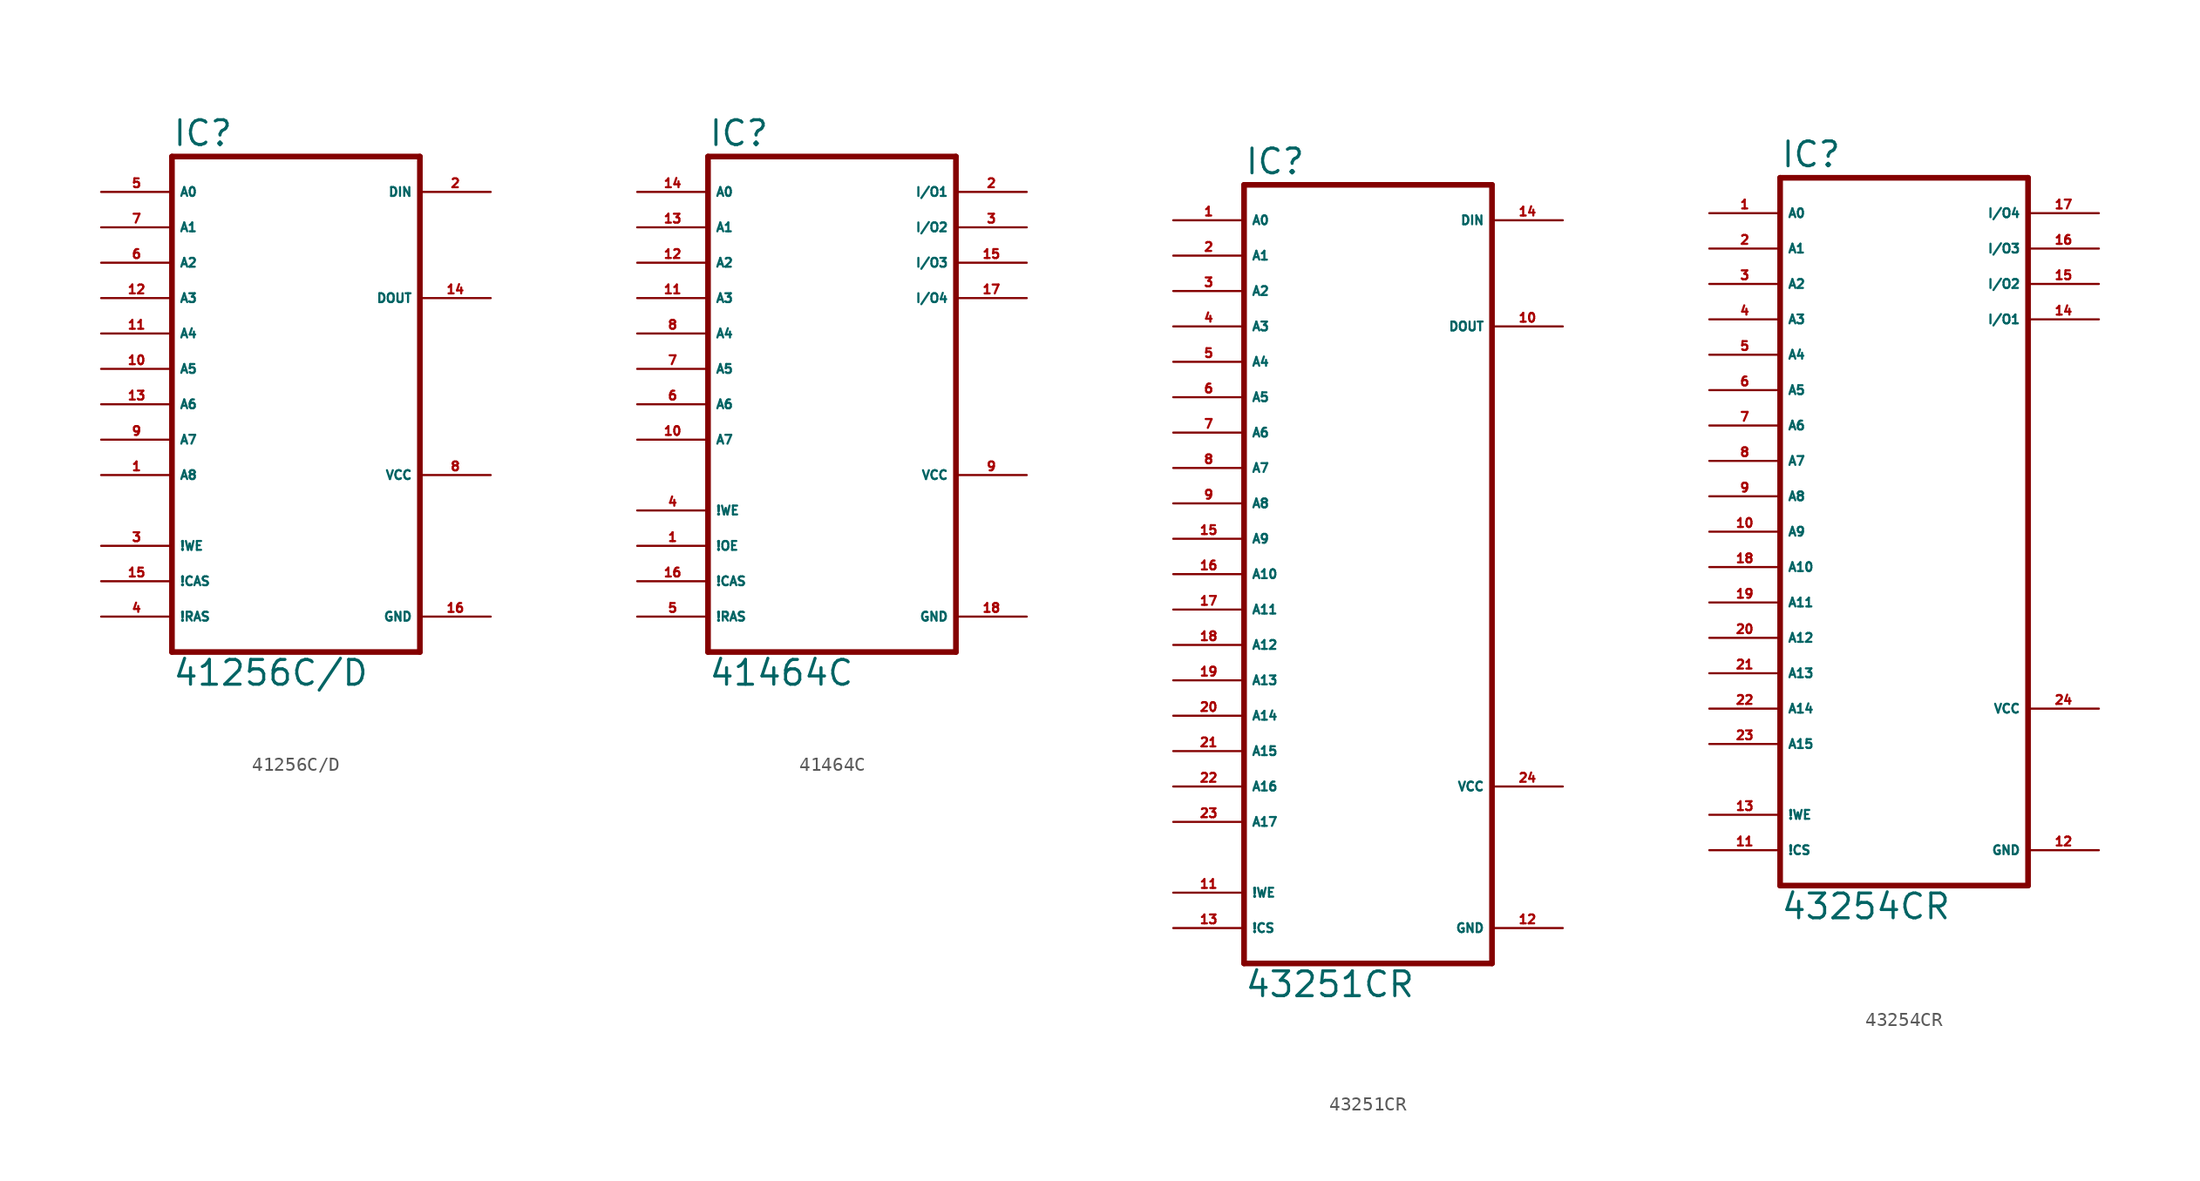
<source format=kicad_sym>
(kicad_symbol_lib
  (version 20220914)
  (generator Eagle2Kicad)
  (symbol "41256C/D"
    (property "Reference" "IC"
      (at -7.62 15.875 0)
      (effects (font (size 1.778 1.778) (thickness 0.22)) (justify left bottom)))
    (property "Value" "41256C/D"
      (at -7.62 -22.86 0)
      (effects (font (size 1.778 1.778) (thickness 0.22)) (justify left bottom)))
    (polyline
      (pts (xy -7.62 15.24) (xy 10.16 15.24))
      (stroke (width 0.406) (type default))
      (fill (type none)))
    (polyline
      (pts (xy 10.16 -20.32) (xy 10.16 15.24))
      (stroke (width 0.406) (type default))
      (fill (type none)))
    (polyline
      (pts (xy 10.16 -20.32) (xy -7.62 -20.32))
      (stroke (width 0.406) (type default))
      (fill (type none)))
    (polyline
      (pts (xy -7.62 15.24) (xy -7.62 -20.32))
      (stroke (width 0.406) (type default))
      (fill (type none)))
    (pin input line
      (at -12.7 12.7 0)
      (length 5.08)
      (name "A0" (effects (font (size 0.635 0.635) (thickness 0.08)) (justify left bottom)))
      (number "5" (effects (font (size 0.635 0.635) (thickness 0.08)) (justify left bottom))))
    (pin input line
      (at -12.7 10.16 0)
      (length 5.08)
      (name "A1" (effects (font (size 0.635 0.635) (thickness 0.08)) (justify left bottom)))
      (number "7" (effects (font (size 0.635 0.635) (thickness 0.08)) (justify left bottom))))
    (pin input line
      (at -12.7 7.62 0)
      (length 5.08)
      (name "A2" (effects (font (size 0.635 0.635) (thickness 0.08)) (justify left bottom)))
      (number "6" (effects (font (size 0.635 0.635) (thickness 0.08)) (justify left bottom))))
    (pin input line
      (at -12.7 5.08 0)
      (length 5.08)
      (name "A3" (effects (font (size 0.635 0.635) (thickness 0.08)) (justify left bottom)))
      (number "12" (effects (font (size 0.635 0.635) (thickness 0.08)) (justify left bottom))))
    (pin input line
      (at -12.7 2.54 0)
      (length 5.08)
      (name "A4" (effects (font (size 0.635 0.635) (thickness 0.08)) (justify left bottom)))
      (number "11" (effects (font (size 0.635 0.635) (thickness 0.08)) (justify left bottom))))
    (pin input line
      (at -12.7 0 0)
      (length 5.08)
      (name "A5" (effects (font (size 0.635 0.635) (thickness 0.08)) (justify left bottom)))
      (number "10" (effects (font (size 0.635 0.635) (thickness 0.08)) (justify left bottom))))
    (pin input line
      (at -12.7 -2.54 0)
      (length 5.08)
      (name "A6" (effects (font (size 0.635 0.635) (thickness 0.08)) (justify left bottom)))
      (number "13" (effects (font (size 0.635 0.635) (thickness 0.08)) (justify left bottom))))
    (pin input line
      (at -12.7 -5.08 0)
      (length 5.08)
      (name "A7" (effects (font (size 0.635 0.635) (thickness 0.08)) (justify left bottom)))
      (number "9" (effects (font (size 0.635 0.635) (thickness 0.08)) (justify left bottom))))
    (pin input line
      (at -12.7 -7.62 0)
      (length 5.08)
      (name "A8" (effects (font (size 0.635 0.635) (thickness 0.08)) (justify left bottom)))
      (number "1" (effects (font (size 0.635 0.635) (thickness 0.08)) (justify left bottom))))
    (pin input line
      (at -12.7 -15.24 0)
      (length 5.08)
      (name "!CAS" (effects (font (size 0.635 0.635) (thickness 0.08)) (justify left bottom)))
      (number "15" (effects (font (size 0.635 0.635) (thickness 0.08)) (justify left bottom))))
    (pin input line
      (at -12.7 -17.78 0)
      (length 5.08)
      (name "!RAS" (effects (font (size 0.635 0.635) (thickness 0.08)) (justify left bottom)))
      (number "4" (effects (font (size 0.635 0.635) (thickness 0.08)) (justify left bottom))))
    (pin input line
      (at -12.7 -12.7 0)
      (length 5.08)
      (name "!WE" (effects (font (size 0.635 0.635) (thickness 0.08)) (justify left bottom)))
      (number "3" (effects (font (size 0.635 0.635) (thickness 0.08)) (justify left bottom))))
    (pin input line
      (at 15.24 12.7 180)
      (length 5.08)
      (name "DIN" (effects (font (size 0.635 0.635) (thickness 0.08)) (justify left bottom)))
      (number "2" (effects (font (size 0.635 0.635) (thickness 0.08)) (justify left bottom))))
    (pin tri_state line
      (at 15.24 5.08 180)
      (length 5.08)
      (name "DOUT" (effects (font (size 0.635 0.635) (thickness 0.08)) (justify left bottom)))
      (number "14" (effects (font (size 0.635 0.635) (thickness 0.08)) (justify left bottom))))
    (pin unspecified line
      (at 15.24 -17.78 180)
      (length 5.08)
      (name "GND" (effects (font (size 0.635 0.635) (thickness 0.08)) (justify left bottom)))
      (number "16" (effects (font (size 0.635 0.635) (thickness 0.08)) (justify left bottom))))
    (pin unspecified line
      (at 15.24 -7.62 180)
      (length 5.08)
      (name "VCC" (effects (font (size 0.635 0.635) (thickness 0.08)) (justify left bottom)))
      (number "8" (effects (font (size 0.635 0.635) (thickness 0.08)) (justify left bottom)))))
  (symbol "41464C"
    (property "Reference" "IC"
      (at -7.62 15.875 0)
      (effects (font (size 1.778 1.778) (thickness 0.22)) (justify left bottom)))
    (property "Value" "41464C"
      (at -7.62 -22.86 0)
      (effects (font (size 1.778 1.778) (thickness 0.22)) (justify left bottom)))
    (polyline
      (pts (xy -7.62 -20.32) (xy 10.16 -20.32))
      (stroke (width 0.406) (type default))
      (fill (type none)))
    (polyline
      (pts (xy 10.16 15.24) (xy 10.16 -20.32))
      (stroke (width 0.406) (type default))
      (fill (type none)))
    (polyline
      (pts (xy 10.16 15.24) (xy -7.62 15.24))
      (stroke (width 0.406) (type default))
      (fill (type none)))
    (polyline
      (pts (xy -7.62 -20.32) (xy -7.62 15.24))
      (stroke (width 0.406) (type default))
      (fill (type none)))
    (pin input line
      (at -12.7 12.7 0)
      (length 5.08)
      (name "A0" (effects (font (size 0.635 0.635) (thickness 0.08)) (justify left bottom)))
      (number "14" (effects (font (size 0.635 0.635) (thickness 0.08)) (justify left bottom))))
    (pin input line
      (at -12.7 10.16 0)
      (length 5.08)
      (name "A1" (effects (font (size 0.635 0.635) (thickness 0.08)) (justify left bottom)))
      (number "13" (effects (font (size 0.635 0.635) (thickness 0.08)) (justify left bottom))))
    (pin input line
      (at -12.7 7.62 0)
      (length 5.08)
      (name "A2" (effects (font (size 0.635 0.635) (thickness 0.08)) (justify left bottom)))
      (number "12" (effects (font (size 0.635 0.635) (thickness 0.08)) (justify left bottom))))
    (pin input line
      (at -12.7 5.08 0)
      (length 5.08)
      (name "A3" (effects (font (size 0.635 0.635) (thickness 0.08)) (justify left bottom)))
      (number "11" (effects (font (size 0.635 0.635) (thickness 0.08)) (justify left bottom))))
    (pin input line
      (at -12.7 2.54 0)
      (length 5.08)
      (name "A4" (effects (font (size 0.635 0.635) (thickness 0.08)) (justify left bottom)))
      (number "8" (effects (font (size 0.635 0.635) (thickness 0.08)) (justify left bottom))))
    (pin input line
      (at -12.7 0 0)
      (length 5.08)
      (name "A5" (effects (font (size 0.635 0.635) (thickness 0.08)) (justify left bottom)))
      (number "7" (effects (font (size 0.635 0.635) (thickness 0.08)) (justify left bottom))))
    (pin input line
      (at -12.7 -2.54 0)
      (length 5.08)
      (name "A6" (effects (font (size 0.635 0.635) (thickness 0.08)) (justify left bottom)))
      (number "6" (effects (font (size 0.635 0.635) (thickness 0.08)) (justify left bottom))))
    (pin input line
      (at -12.7 -5.08 0)
      (length 5.08)
      (name "A7" (effects (font (size 0.635 0.635) (thickness 0.08)) (justify left bottom)))
      (number "10" (effects (font (size 0.635 0.635) (thickness 0.08)) (justify left bottom))))
    (pin bidirectional line
      (at 15.24 12.7 180)
      (length 5.08)
      (name "I/O1" (effects (font (size 0.635 0.635) (thickness 0.08)) (justify left bottom)))
      (number "2" (effects (font (size 0.635 0.635) (thickness 0.08)) (justify left bottom))))
    (pin bidirectional line
      (at 15.24 10.16 180)
      (length 5.08)
      (name "I/O2" (effects (font (size 0.635 0.635) (thickness 0.08)) (justify left bottom)))
      (number "3" (effects (font (size 0.635 0.635) (thickness 0.08)) (justify left bottom))))
    (pin bidirectional line
      (at 15.24 7.62 180)
      (length 5.08)
      (name "I/O3" (effects (font (size 0.635 0.635) (thickness 0.08)) (justify left bottom)))
      (number "15" (effects (font (size 0.635 0.635) (thickness 0.08)) (justify left bottom))))
    (pin bidirectional line
      (at 15.24 5.08 180)
      (length 5.08)
      (name "I/O4" (effects (font (size 0.635 0.635) (thickness 0.08)) (justify left bottom)))
      (number "17" (effects (font (size 0.635 0.635) (thickness 0.08)) (justify left bottom))))
    (pin input line
      (at -12.7 -12.7 0)
      (length 5.08)
      (name "!OE" (effects (font (size 0.635 0.635) (thickness 0.08)) (justify left bottom)))
      (number "1" (effects (font (size 0.635 0.635) (thickness 0.08)) (justify left bottom))))
    (pin input line
      (at -12.7 -10.16 0)
      (length 5.08)
      (name "!WE" (effects (font (size 0.635 0.635) (thickness 0.08)) (justify left bottom)))
      (number "4" (effects (font (size 0.635 0.635) (thickness 0.08)) (justify left bottom))))
    (pin input line
      (at -12.7 -15.24 0)
      (length 5.08)
      (name "!CAS" (effects (font (size 0.635 0.635) (thickness 0.08)) (justify left bottom)))
      (number "16" (effects (font (size 0.635 0.635) (thickness 0.08)) (justify left bottom))))
    (pin input line
      (at -12.7 -17.78 0)
      (length 5.08)
      (name "!RAS" (effects (font (size 0.635 0.635) (thickness 0.08)) (justify left bottom)))
      (number "5" (effects (font (size 0.635 0.635) (thickness 0.08)) (justify left bottom))))
    (pin unspecified line
      (at 15.24 -17.78 180)
      (length 5.08)
      (name "GND" (effects (font (size 0.635 0.635) (thickness 0.08)) (justify left bottom)))
      (number "18" (effects (font (size 0.635 0.635) (thickness 0.08)) (justify left bottom))))
    (pin unspecified line
      (at 15.24 -7.62 180)
      (length 5.08)
      (name "VCC" (effects (font (size 0.635 0.635) (thickness 0.08)) (justify left bottom)))
      (number "9" (effects (font (size 0.635 0.635) (thickness 0.08)) (justify left bottom)))))
  (symbol "43251CR"
    (property "Reference" "IC"
      (at -7.62 20.955 0)
      (effects (font (size 1.778 1.778) (thickness 0.22)) (justify left bottom)))
    (property "Value" "43251CR"
      (at -7.62 -38.1 0)
      (effects (font (size 1.778 1.778) (thickness 0.22)) (justify left bottom)))
    (polyline
      (pts (xy -7.62 -35.56) (xy 10.16 -35.56))
      (stroke (width 0.406) (type default))
      (fill (type none)))
    (polyline
      (pts (xy 10.16 20.32) (xy 10.16 -35.56))
      (stroke (width 0.406) (type default))
      (fill (type none)))
    (polyline
      (pts (xy 10.16 20.32) (xy -7.62 20.32))
      (stroke (width 0.406) (type default))
      (fill (type none)))
    (polyline
      (pts (xy -7.62 -35.56) (xy -7.62 20.32))
      (stroke (width 0.406) (type default))
      (fill (type none)))
    (pin input line
      (at -12.7 17.78 0)
      (length 5.08)
      (name "A0" (effects (font (size 0.635 0.635) (thickness 0.08)) (justify left bottom)))
      (number "1" (effects (font (size 0.635 0.635) (thickness 0.08)) (justify left bottom))))
    (pin input line
      (at -12.7 15.24 0)
      (length 5.08)
      (name "A1" (effects (font (size 0.635 0.635) (thickness 0.08)) (justify left bottom)))
      (number "2" (effects (font (size 0.635 0.635) (thickness 0.08)) (justify left bottom))))
    (pin input line
      (at -12.7 12.7 0)
      (length 5.08)
      (name "A2" (effects (font (size 0.635 0.635) (thickness 0.08)) (justify left bottom)))
      (number "3" (effects (font (size 0.635 0.635) (thickness 0.08)) (justify left bottom))))
    (pin input line
      (at -12.7 10.16 0)
      (length 5.08)
      (name "A3" (effects (font (size 0.635 0.635) (thickness 0.08)) (justify left bottom)))
      (number "4" (effects (font (size 0.635 0.635) (thickness 0.08)) (justify left bottom))))
    (pin input line
      (at -12.7 7.62 0)
      (length 5.08)
      (name "A4" (effects (font (size 0.635 0.635) (thickness 0.08)) (justify left bottom)))
      (number "5" (effects (font (size 0.635 0.635) (thickness 0.08)) (justify left bottom))))
    (pin input line
      (at -12.7 5.08 0)
      (length 5.08)
      (name "A5" (effects (font (size 0.635 0.635) (thickness 0.08)) (justify left bottom)))
      (number "6" (effects (font (size 0.635 0.635) (thickness 0.08)) (justify left bottom))))
    (pin input line
      (at -12.7 2.54 0)
      (length 5.08)
      (name "A6" (effects (font (size 0.635 0.635) (thickness 0.08)) (justify left bottom)))
      (number "7" (effects (font (size 0.635 0.635) (thickness 0.08)) (justify left bottom))))
    (pin input line
      (at -12.7 0 0)
      (length 5.08)
      (name "A7" (effects (font (size 0.635 0.635) (thickness 0.08)) (justify left bottom)))
      (number "8" (effects (font (size 0.635 0.635) (thickness 0.08)) (justify left bottom))))
    (pin input line
      (at -12.7 -2.54 0)
      (length 5.08)
      (name "A8" (effects (font (size 0.635 0.635) (thickness 0.08)) (justify left bottom)))
      (number "9" (effects (font (size 0.635 0.635) (thickness 0.08)) (justify left bottom))))
    (pin input line
      (at -12.7 -5.08 0)
      (length 5.08)
      (name "A9" (effects (font (size 0.635 0.635) (thickness 0.08)) (justify left bottom)))
      (number "15" (effects (font (size 0.635 0.635) (thickness 0.08)) (justify left bottom))))
    (pin input line
      (at -12.7 -7.62 0)
      (length 5.08)
      (name "A10" (effects (font (size 0.635 0.635) (thickness 0.08)) (justify left bottom)))
      (number "16" (effects (font (size 0.635 0.635) (thickness 0.08)) (justify left bottom))))
    (pin input line
      (at -12.7 -10.16 0)
      (length 5.08)
      (name "A11" (effects (font (size 0.635 0.635) (thickness 0.08)) (justify left bottom)))
      (number "17" (effects (font (size 0.635 0.635) (thickness 0.08)) (justify left bottom))))
    (pin input line
      (at -12.7 -12.7 0)
      (length 5.08)
      (name "A12" (effects (font (size 0.635 0.635) (thickness 0.08)) (justify left bottom)))
      (number "18" (effects (font (size 0.635 0.635) (thickness 0.08)) (justify left bottom))))
    (pin input line
      (at -12.7 -17.78 0)
      (length 5.08)
      (name "A14" (effects (font (size 0.635 0.635) (thickness 0.08)) (justify left bottom)))
      (number "20" (effects (font (size 0.635 0.635) (thickness 0.08)) (justify left bottom))))
    (pin input line
      (at -12.7 -15.24 0)
      (length 5.08)
      (name "A13" (effects (font (size 0.635 0.635) (thickness 0.08)) (justify left bottom)))
      (number "19" (effects (font (size 0.635 0.635) (thickness 0.08)) (justify left bottom))))
    (pin input line
      (at -12.7 -20.32 0)
      (length 5.08)
      (name "A15" (effects (font (size 0.635 0.635) (thickness 0.08)) (justify left bottom)))
      (number "21" (effects (font (size 0.635 0.635) (thickness 0.08)) (justify left bottom))))
    (pin input line
      (at -12.7 -22.86 0)
      (length 5.08)
      (name "A16" (effects (font (size 0.635 0.635) (thickness 0.08)) (justify left bottom)))
      (number "22" (effects (font (size 0.635 0.635) (thickness 0.08)) (justify left bottom))))
    (pin input line
      (at -12.7 -25.4 0)
      (length 5.08)
      (name "A17" (effects (font (size 0.635 0.635) (thickness 0.08)) (justify left bottom)))
      (number "23" (effects (font (size 0.635 0.635) (thickness 0.08)) (justify left bottom))))
    (pin input line
      (at -12.7 -33.02 0)
      (length 5.08)
      (name "!CS" (effects (font (size 0.635 0.635) (thickness 0.08)) (justify left bottom)))
      (number "13" (effects (font (size 0.635 0.635) (thickness 0.08)) (justify left bottom))))
    (pin input line
      (at -12.7 -30.48 0)
      (length 5.08)
      (name "!WE" (effects (font (size 0.635 0.635) (thickness 0.08)) (justify left bottom)))
      (number "11" (effects (font (size 0.635 0.635) (thickness 0.08)) (justify left bottom))))
    (pin tri_state line
      (at 15.24 10.16 180)
      (length 5.08)
      (name "DOUT" (effects (font (size 0.635 0.635) (thickness 0.08)) (justify left bottom)))
      (number "10" (effects (font (size 0.635 0.635) (thickness 0.08)) (justify left bottom))))
    (pin input line
      (at 15.24 17.78 180)
      (length 5.08)
      (name "DIN" (effects (font (size 0.635 0.635) (thickness 0.08)) (justify left bottom)))
      (number "14" (effects (font (size 0.635 0.635) (thickness 0.08)) (justify left bottom))))
    (pin unspecified line
      (at 15.24 -33.02 180)
      (length 5.08)
      (name "GND" (effects (font (size 0.635 0.635) (thickness 0.08)) (justify left bottom)))
      (number "12" (effects (font (size 0.635 0.635) (thickness 0.08)) (justify left bottom))))
    (pin unspecified line
      (at 15.24 -22.86 180)
      (length 5.08)
      (name "VCC" (effects (font (size 0.635 0.635) (thickness 0.08)) (justify left bottom)))
      (number "24" (effects (font (size 0.635 0.635) (thickness 0.08)) (justify left bottom)))))
  (symbol "43254CR"
    (property "Reference" "IC"
      (at -7.62 15.875 0)
      (effects (font (size 1.778 1.778) (thickness 0.22)) (justify left bottom)))
    (property "Value" "43254CR"
      (at -7.62 -38.1 0)
      (effects (font (size 1.778 1.778) (thickness 0.22)) (justify left bottom)))
    (polyline
      (pts (xy -7.62 -35.56) (xy 10.16 -35.56))
      (stroke (width 0.406) (type default))
      (fill (type none)))
    (polyline
      (pts (xy 10.16 15.24) (xy 10.16 -35.56))
      (stroke (width 0.406) (type default))
      (fill (type none)))
    (polyline
      (pts (xy 10.16 15.24) (xy -7.62 15.24))
      (stroke (width 0.406) (type default))
      (fill (type none)))
    (polyline
      (pts (xy -7.62 -35.56) (xy -7.62 15.24))
      (stroke (width 0.406) (type default))
      (fill (type none)))
    (pin input line
      (at -12.7 12.7 0)
      (length 5.08)
      (name "A0" (effects (font (size 0.635 0.635) (thickness 0.08)) (justify left bottom)))
      (number "1" (effects (font (size 0.635 0.635) (thickness 0.08)) (justify left bottom))))
    (pin input line
      (at -12.7 10.16 0)
      (length 5.08)
      (name "A1" (effects (font (size 0.635 0.635) (thickness 0.08)) (justify left bottom)))
      (number "2" (effects (font (size 0.635 0.635) (thickness 0.08)) (justify left bottom))))
    (pin input line
      (at -12.7 7.62 0)
      (length 5.08)
      (name "A2" (effects (font (size 0.635 0.635) (thickness 0.08)) (justify left bottom)))
      (number "3" (effects (font (size 0.635 0.635) (thickness 0.08)) (justify left bottom))))
    (pin input line
      (at -12.7 5.08 0)
      (length 5.08)
      (name "A3" (effects (font (size 0.635 0.635) (thickness 0.08)) (justify left bottom)))
      (number "4" (effects (font (size 0.635 0.635) (thickness 0.08)) (justify left bottom))))
    (pin input line
      (at -12.7 2.54 0)
      (length 5.08)
      (name "A4" (effects (font (size 0.635 0.635) (thickness 0.08)) (justify left bottom)))
      (number "5" (effects (font (size 0.635 0.635) (thickness 0.08)) (justify left bottom))))
    (pin input line
      (at -12.7 0 0)
      (length 5.08)
      (name "A5" (effects (font (size 0.635 0.635) (thickness 0.08)) (justify left bottom)))
      (number "6" (effects (font (size 0.635 0.635) (thickness 0.08)) (justify left bottom))))
    (pin input line
      (at -12.7 -2.54 0)
      (length 5.08)
      (name "A6" (effects (font (size 0.635 0.635) (thickness 0.08)) (justify left bottom)))
      (number "7" (effects (font (size 0.635 0.635) (thickness 0.08)) (justify left bottom))))
    (pin input line
      (at -12.7 -5.08 0)
      (length 5.08)
      (name "A7" (effects (font (size 0.635 0.635) (thickness 0.08)) (justify left bottom)))
      (number "8" (effects (font (size 0.635 0.635) (thickness 0.08)) (justify left bottom))))
    (pin input line
      (at -12.7 -7.62 0)
      (length 5.08)
      (name "A8" (effects (font (size 0.635 0.635) (thickness 0.08)) (justify left bottom)))
      (number "9" (effects (font (size 0.635 0.635) (thickness 0.08)) (justify left bottom))))
    (pin input line
      (at -12.7 -10.16 0)
      (length 5.08)
      (name "A9" (effects (font (size 0.635 0.635) (thickness 0.08)) (justify left bottom)))
      (number "10" (effects (font (size 0.635 0.635) (thickness 0.08)) (justify left bottom))))
    (pin input line
      (at -12.7 -12.7 0)
      (length 5.08)
      (name "A10" (effects (font (size 0.635 0.635) (thickness 0.08)) (justify left bottom)))
      (number "18" (effects (font (size 0.635 0.635) (thickness 0.08)) (justify left bottom))))
    (pin input line
      (at -12.7 -15.24 0)
      (length 5.08)
      (name "A11" (effects (font (size 0.635 0.635) (thickness 0.08)) (justify left bottom)))
      (number "19" (effects (font (size 0.635 0.635) (thickness 0.08)) (justify left bottom))))
    (pin input line
      (at -12.7 -17.78 0)
      (length 5.08)
      (name "A12" (effects (font (size 0.635 0.635) (thickness 0.08)) (justify left bottom)))
      (number "20" (effects (font (size 0.635 0.635) (thickness 0.08)) (justify left bottom))))
    (pin input line
      (at -12.7 -22.86 0)
      (length 5.08)
      (name "A14" (effects (font (size 0.635 0.635) (thickness 0.08)) (justify left bottom)))
      (number "22" (effects (font (size 0.635 0.635) (thickness 0.08)) (justify left bottom))))
    (pin input line
      (at -12.7 -20.32 0)
      (length 5.08)
      (name "A13" (effects (font (size 0.635 0.635) (thickness 0.08)) (justify left bottom)))
      (number "21" (effects (font (size 0.635 0.635) (thickness 0.08)) (justify left bottom))))
    (pin input line
      (at -12.7 -25.4 0)
      (length 5.08)
      (name "A15" (effects (font (size 0.635 0.635) (thickness 0.08)) (justify left bottom)))
      (number "23" (effects (font (size 0.635 0.635) (thickness 0.08)) (justify left bottom))))
    (pin bidirectional line
      (at 15.24 5.08 180)
      (length 5.08)
      (name "I/O1" (effects (font (size 0.635 0.635) (thickness 0.08)) (justify left bottom)))
      (number "14" (effects (font (size 0.635 0.635) (thickness 0.08)) (justify left bottom))))
    (pin bidirectional line
      (at 15.24 7.62 180)
      (length 5.08)
      (name "I/O2" (effects (font (size 0.635 0.635) (thickness 0.08)) (justify left bottom)))
      (number "15" (effects (font (size 0.635 0.635) (thickness 0.08)) (justify left bottom))))
    (pin bidirectional line
      (at 15.24 10.16 180)
      (length 5.08)
      (name "I/O3" (effects (font (size 0.635 0.635) (thickness 0.08)) (justify left bottom)))
      (number "16" (effects (font (size 0.635 0.635) (thickness 0.08)) (justify left bottom))))
    (pin bidirectional line
      (at 15.24 12.7 180)
      (length 5.08)
      (name "I/O4" (effects (font (size 0.635 0.635) (thickness 0.08)) (justify left bottom)))
      (number "17" (effects (font (size 0.635 0.635) (thickness 0.08)) (justify left bottom))))
    (pin input line
      (at -12.7 -33.02 0)
      (length 5.08)
      (name "!CS" (effects (font (size 0.635 0.635) (thickness 0.08)) (justify left bottom)))
      (number "11" (effects (font (size 0.635 0.635) (thickness 0.08)) (justify left bottom))))
    (pin input line
      (at -12.7 -30.48 0)
      (length 5.08)
      (name "!WE" (effects (font (size 0.635 0.635) (thickness 0.08)) (justify left bottom)))
      (number "13" (effects (font (size 0.635 0.635) (thickness 0.08)) (justify left bottom))))
    (pin unspecified line
      (at 15.24 -33.02 180)
      (length 5.08)
      (name "GND" (effects (font (size 0.635 0.635) (thickness 0.08)) (justify left bottom)))
      (number "12" (effects (font (size 0.635 0.635) (thickness 0.08)) (justify left bottom))))
    (pin unspecified line
      (at 15.24 -22.86 180)
      (length 5.08)
      (name "VCC" (effects (font (size 0.635 0.635) (thickness 0.08)) (justify left bottom)))
      (number "24" (effects (font (size 0.635 0.635) (thickness 0.08)) (justify left bottom))))))
</source>
